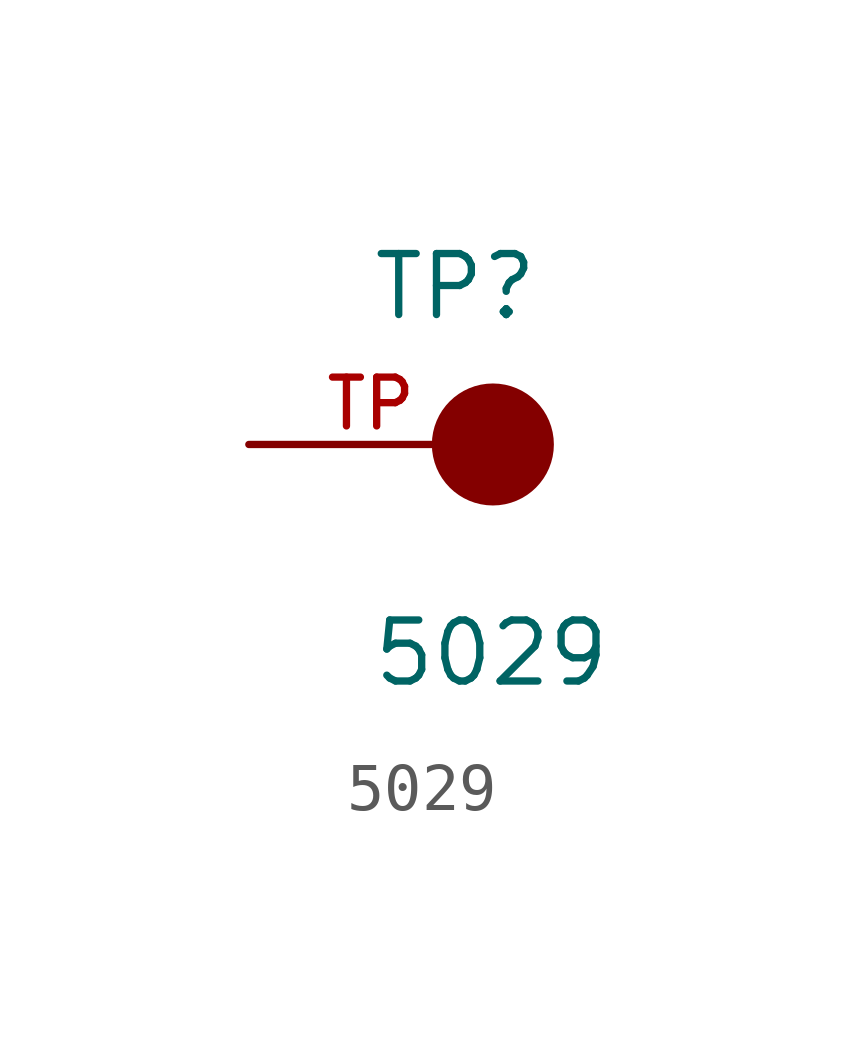
<source format=kicad_sym>
(kicad_symbol_lib
  (version 20211014)
  (generator kicad_symbol_editor)
  (symbol "5029"
    (pin_names
      (offset 1.016))
    (property "Reference" "TP"
      (at -2.544 2.541 0)
      (effects (font (size 1.27 1.27)) (justify bottom left)))
    (property "Value" "5029"
      (at -2.55 -5.087 0)
      (effects (font (size 1.27 1.27)) (justify bottom left)))
    (symbol "5029_0_0"
      (circle (center 0.0 0.0) (radius 0.635) (stroke (width 1.27)) (fill (type none)))
      (pin passive line (at -5.08 0.0 0) (length 5.08) (name "~" (effects (font (size 1.016 1.016)))) (number "TP" (effects (font (size 1.016 1.016))))))))
</source>
